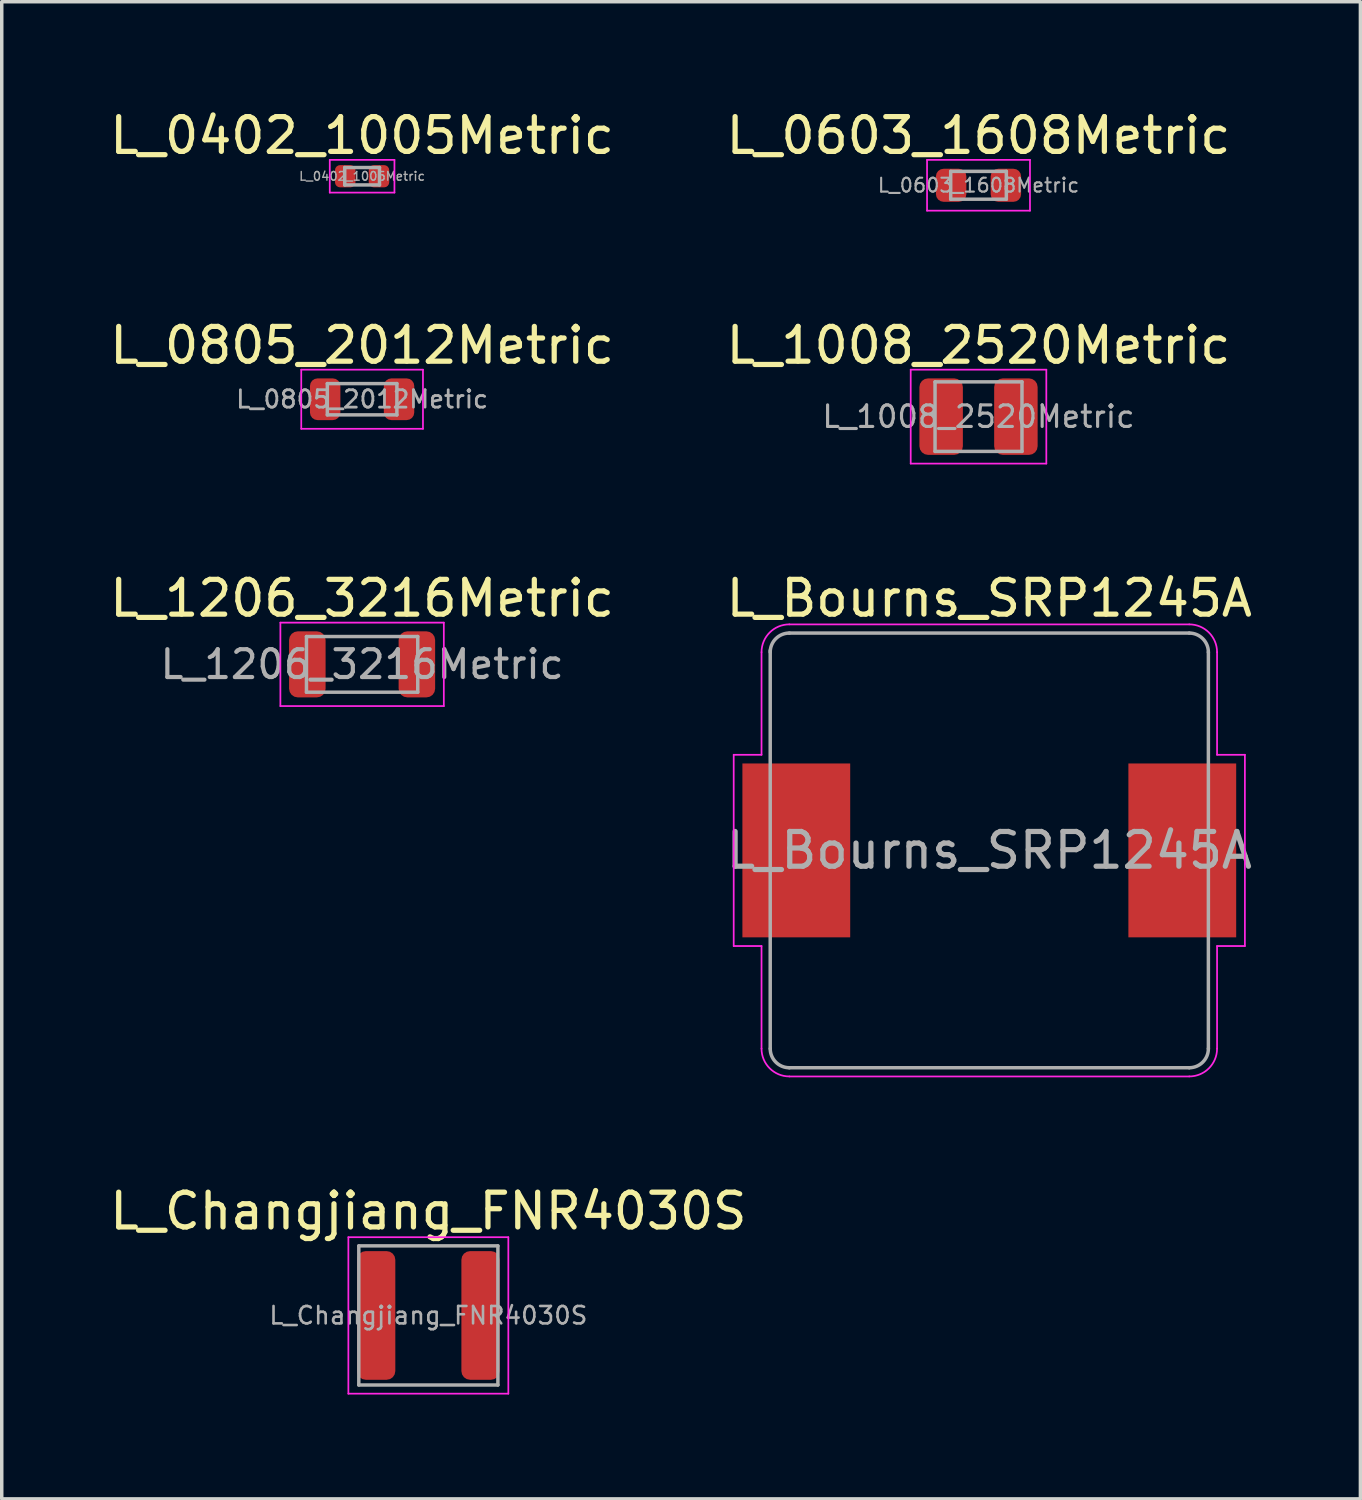
<source format=kicad_pcb>
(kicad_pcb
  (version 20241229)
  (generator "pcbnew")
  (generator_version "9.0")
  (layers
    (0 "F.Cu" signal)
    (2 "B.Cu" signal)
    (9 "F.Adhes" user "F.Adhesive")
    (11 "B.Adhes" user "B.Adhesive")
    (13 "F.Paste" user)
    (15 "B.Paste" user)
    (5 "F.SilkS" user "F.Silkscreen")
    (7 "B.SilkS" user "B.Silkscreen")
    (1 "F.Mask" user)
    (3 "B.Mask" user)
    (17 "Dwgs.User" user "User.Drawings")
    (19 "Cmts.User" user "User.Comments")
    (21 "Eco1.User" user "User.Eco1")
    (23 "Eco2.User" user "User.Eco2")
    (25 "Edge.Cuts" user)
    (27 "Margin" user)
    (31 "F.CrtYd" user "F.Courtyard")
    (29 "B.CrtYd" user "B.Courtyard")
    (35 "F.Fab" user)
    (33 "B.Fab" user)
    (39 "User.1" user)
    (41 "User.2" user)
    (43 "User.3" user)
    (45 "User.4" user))
  (footprint "L_0603_1608Metric"
    (layer "F.Cu")
    (at 25.089 2.278)
    (property "Reference" "L_0603_1608Metric" (at 0 -1.43 0) (layer "F.SilkS") (effects (font (size 1 1) (thickness 0.15))))
    (attr smd)
    (fp_line (start -1.48 -0.73) (end 1.48 -0.73) (stroke (width 0.05) (type solid)) (layer "F.CrtYd"))
    (fp_line (start -1.48 0.73) (end -1.48 -0.73) (stroke (width 0.05) (type solid)) (layer "F.CrtYd"))
    (fp_line (start 1.48 -0.73) (end 1.48 0.73) (stroke (width 0.05) (type solid)) (layer "F.CrtYd"))
    (fp_line (start 1.48 0.73) (end -1.48 0.73) (stroke (width 0.05) (type solid)) (layer "F.CrtYd"))
    (fp_line (start -0.8 -0.4) (end 0.8 -0.4) (stroke (width 0.1) (type solid)) (layer "F.Fab"))
    (fp_line (start -0.8 0.4) (end -0.8 -0.4) (stroke (width 0.1) (type solid)) (layer "F.Fab"))
    (fp_line (start 0.8 -0.4) (end 0.8 0.4) (stroke (width 0.1) (type solid)) (layer "F.Fab"))
    (fp_line (start 0.8 0.4) (end -0.8 0.4) (stroke (width 0.1) (type solid)) (layer "F.Fab"))
    (fp_text user "${REFERENCE}" (at 0 0 0) (layer "F.Fab") (effects (font (size 0.4 0.4) (thickness 0.06))))
    (pad "1" smd roundrect (at -0.787 0) (size 0.875 0.95) (layers "F.Cu" "F.Mask" "F.Paste") (roundrect_rratio 0.25))
    (pad "2" smd roundrect (at 0.787 0) (size 0.875 0.95) (layers "F.Cu" "F.Mask" "F.Paste") (roundrect_rratio 0.25)))
  (footprint "L_0402_1005Metric"
    (layer "F.Cu")
    (at 7.363 2.018)
    (property "Reference" "L_0402_1005Metric" (at 0 -1.17 0) (layer "F.SilkS") (effects (font (size 1 1) (thickness 0.15))))
    (attr smd)
    (fp_line (start -0.93 -0.47) (end 0.93 -0.47) (stroke (width 0.05) (type solid)) (layer "F.CrtYd"))
    (fp_line (start -0.93 0.47) (end -0.93 -0.47) (stroke (width 0.05) (type solid)) (layer "F.CrtYd"))
    (fp_line (start 0.93 -0.47) (end 0.93 0.47) (stroke (width 0.05) (type solid)) (layer "F.CrtYd"))
    (fp_line (start 0.93 0.47) (end -0.93 0.47) (stroke (width 0.05) (type solid)) (layer "F.CrtYd"))
    (fp_line (start -0.5 -0.25) (end 0.5 -0.25) (stroke (width 0.1) (type solid)) (layer "F.Fab"))
    (fp_line (start -0.5 0.25) (end -0.5 -0.25) (stroke (width 0.1) (type solid)) (layer "F.Fab"))
    (fp_line (start 0.5 -0.25) (end 0.5 0.25) (stroke (width 0.1) (type solid)) (layer "F.Fab"))
    (fp_line (start 0.5 0.25) (end -0.5 0.25) (stroke (width 0.1) (type solid)) (layer "F.Fab"))
    (fp_text user "${REFERENCE}" (at 0 0 0) (layer "F.Fab") (effects (font (size 0.25 0.25) (thickness 0.04))))
    (pad "1" smd roundrect (at -0.485 0) (size 0.59 0.64) (layers "F.Cu" "F.Mask" "F.Paste") (roundrect_rratio 0.25))
    (pad "2" smd roundrect (at 0.485 0) (size 0.59 0.64) (layers "F.Cu" "F.Mask" "F.Paste") (roundrect_rratio 0.25))
    (zone (net_name "") (layer "F.Cu") (hatch edge 0.5) (connect_pads) (min_thickness 0.25) (filled_areas_thickness no) (keepout (tracks allowed) (vias allowed) (pads allowed) (copperpour not_allowed) (footprints allowed)) (placement (enabled no)) (fill) (polygon (pts (xy 6.438 2.493) (xy 8.288 2.493) (xy 8.288 1.543) (xy 6.438 1.543)))))
  (footprint "L_1206_3216Metric"
    (layer "F.Cu")
    (at 7.363 16.055)
    (property "Reference" "L_1206_3216Metric" (at 0 -1.9 0) (layer "F.SilkS") (effects (font (size 1 1) (thickness 0.15))))
    (attr smd)
    (fp_line (start -2.35 -1.2) (end 2.35 -1.2) (stroke (width 0.05) (type solid)) (layer "F.CrtYd"))
    (fp_line (start -2.35 1.2) (end -2.35 -1.2) (stroke (width 0.05) (type solid)) (layer "F.CrtYd"))
    (fp_line (start 2.35 -1.2) (end 2.35 1.2) (stroke (width 0.05) (type solid)) (layer "F.CrtYd"))
    (fp_line (start 2.35 1.2) (end -2.35 1.2) (stroke (width 0.05) (type solid)) (layer "F.CrtYd"))
    (fp_line (start -1.6 -0.8) (end 1.6 -0.8) (stroke (width 0.1) (type solid)) (layer "F.Fab"))
    (fp_line (start -1.6 0.8) (end -1.6 -0.8) (stroke (width 0.1) (type solid)) (layer "F.Fab"))
    (fp_line (start 1.6 -0.8) (end 1.6 0.8) (stroke (width 0.1) (type solid)) (layer "F.Fab"))
    (fp_line (start 1.6 0.8) (end -1.6 0.8) (stroke (width 0.1) (type solid)) (layer "F.Fab"))
    (fp_text user "${REFERENCE}" (at 0 0 0) (layer "F.Fab") (effects (font (size 0.8 0.8) (thickness 0.12))))
    (pad "1" smd roundrect (at -1.575 0) (size 1.05 1.9) (layers "F.Cu" "F.Mask" "F.Paste") (roundrect_rratio 0.238))
    (pad "2" smd roundrect (at 1.575 0) (size 1.05 1.9) (layers "F.Cu" "F.Mask" "F.Paste") (roundrect_rratio 0.238)))
  (footprint "L_Changjiang_FNR4030S"
    (layer "F.Cu")
    (at 9.268 34.778)
    (property "Reference" "L_Changjiang_FNR4030S" (at 0 -3 0) (layer "F.SilkS") (effects (font (size 1 1) (thickness 0.15))))
    (attr smd)
    (fp_line (start -2.3 -2.25) (end -2.3 2.25) (stroke (width 0.05) (type solid)) (layer "F.CrtYd"))
    (fp_line (start -2.3 2.25) (end 2.3 2.25) (stroke (width 0.05) (type solid)) (layer "F.CrtYd"))
    (fp_line (start 2.3 -2.25) (end -2.3 -2.25) (stroke (width 0.05) (type solid)) (layer "F.CrtYd"))
    (fp_line (start 2.3 2.25) (end 2.3 -2.25) (stroke (width 0.05) (type solid)) (layer "F.CrtYd"))
    (fp_line (start -2 -2) (end -2 2) (stroke (width 0.1) (type solid)) (layer "F.Fab"))
    (fp_line (start -2 2) (end 2 2) (stroke (width 0.1) (type solid)) (layer "F.Fab"))
    (fp_line (start 2 -2) (end -2 -2) (stroke (width 0.1) (type solid)) (layer "F.Fab"))
    (fp_line (start 2 2) (end 2 -2) (stroke (width 0.1) (type solid)) (layer "F.Fab"))
    (fp_text user "${REFERENCE}" (at 0 0 0) (layer "F.Fab") (effects (font (size 0.5 0.5) (thickness 0.075))))
    (pad "1" smd roundrect (at -1.5 0) (size 1.1 3.7) (layers "F.Cu" "F.Mask" "F.Paste") (roundrect_rratio 0.227))
    (pad "2" smd roundrect (at 1.5 0) (size 1.1 3.7) (layers "F.Cu" "F.Mask" "F.Paste") (roundrect_rratio 0.227)))
  (footprint "L_Bourns_SRP1245A"
    (layer "F.Cu")
    (at 25.399 21.405)
    (property "Reference" "L_Bourns_SRP1245A" (at 0 -7.25 0) (layer "F.SilkS") (effects (font (size 1 1) (thickness 0.15))))
    (attr smd)
    (fp_line (start -7.35 -2.75) (end -6.55 -2.75) (stroke (width 0.05) (type solid)) (layer "F.CrtYd"))
    (fp_line (start -7.35 2.75) (end -7.35 -2.75) (stroke (width 0.05) (type solid)) (layer "F.CrtYd"))
    (fp_line (start -7.35 2.75) (end -6.55 2.75) (stroke (width 0.05) (type solid)) (layer "F.CrtYd"))
    (fp_line (start -6.55 -2.75) (end -6.55 -5.7) (stroke (width 0.05) (type solid)) (layer "F.CrtYd"))
    (fp_line (start -6.55 5.7) (end -6.55 2.75) (stroke (width 0.05) (type solid)) (layer "F.CrtYd"))
    (fp_line (start -5.75 -6.5) (end 5.75 -6.5) (stroke (width 0.05) (type solid)) (layer "F.CrtYd"))
    (fp_line (start 5.75 6.5) (end -5.75 6.5) (stroke (width 0.05) (type solid)) (layer "F.CrtYd"))
    (fp_line (start 6.55 -5.7) (end 6.55 -2.75) (stroke (width 0.05) (type solid)) (layer "F.CrtYd"))
    (fp_line (start 6.55 2.75) (end 6.55 5.7) (stroke (width 0.05) (type solid)) (layer "F.CrtYd"))
    (fp_line (start 7.35 -2.75) (end 6.55 -2.75) (stroke (width 0.05) (type solid)) (layer "F.CrtYd"))
    (fp_line (start 7.35 -2.75) (end 7.35 2.75) (stroke (width 0.05) (type solid)) (layer "F.CrtYd"))
    (fp_line (start 7.35 2.75) (end 6.55 2.75) (stroke (width 0.05) (type solid)) (layer "F.CrtYd"))
    (fp_arc (start -6.55 -5.7) (mid -6.315685 -6.265685) (end -5.75 -6.5) (stroke (width 0.05) (type solid)) (layer "F.CrtYd"))
    (fp_arc (start -5.75 6.5) (mid -6.315685 6.265685) (end -6.55 5.7) (stroke (width 0.05) (type solid)) (layer "F.CrtYd"))
    (fp_arc (start 5.75 -6.5) (mid 6.315685 -6.265685) (end 6.55 -5.7) (stroke (width 0.05) (type solid)) (layer "F.CrtYd"))
    (fp_arc (start 6.55 5.7) (mid 6.315685 6.265685) (end 5.75 6.5) (stroke (width 0.05) (type solid)) (layer "F.CrtYd"))
    (fp_line (start -6.3 -5.75) (end -6.3 5.7) (stroke (width 0.1) (type solid)) (layer "F.Fab"))
    (fp_line (start -5.75 -6.25) (end 5.75 -6.25) (stroke (width 0.1) (type solid)) (layer "F.Fab"))
    (fp_line (start 5.75 6.25) (end -5.75 6.25) (stroke (width 0.1) (type solid)) (layer "F.Fab"))
    (fp_line (start 6.3 -5.7) (end 6.3 5.7) (stroke (width 0.1) (type solid)) (layer "F.Fab"))
    (fp_arc (start -6.3 -5.7) (mid -6.138909 -6.088909) (end -5.75 -6.25) (stroke (width 0.1) (type solid)) (layer "F.Fab"))
    (fp_arc (start -5.75 6.25) (mid -6.138909 6.088909) (end -6.3 5.7) (stroke (width 0.1) (type solid)) (layer "F.Fab"))
    (fp_arc (start 5.75 -6.25) (mid 6.138909 -6.088909) (end 6.3 -5.7) (stroke (width 0.1) (type solid)) (layer "F.Fab"))
    (fp_arc (start 6.3 5.7) (mid 6.138909 6.088909) (end 5.75 6.25) (stroke (width 0.1) (type solid)) (layer "F.Fab"))
    (fp_text user "${REFERENCE}" (at 0 0 0) (layer "F.Fab") (effects (font (size 1 1) (thickness 0.15))))
    (pad "1" smd rect (at -5.55 0) (size 3.1 5) (layers "F.Cu" "F.Mask" "F.Paste"))
    (pad "2" smd rect (at 5.55 0) (size 3.1 5) (layers "F.Cu" "F.Mask" "F.Paste")))
  (footprint "L_0805_2012Metric"
    (layer "F.Cu")
    (at 7.363 8.431)
    (property "Reference" "L_0805_2012Metric" (at 0 -1.55 0) (layer "F.SilkS") (effects (font (size 1 1) (thickness 0.15))))
    (attr smd)
    (fp_line (start -1.75 -0.85) (end 1.75 -0.85) (stroke (width 0.05) (type solid)) (layer "F.CrtYd"))
    (fp_line (start -1.75 0.85) (end -1.75 -0.85) (stroke (width 0.05) (type solid)) (layer "F.CrtYd"))
    (fp_line (start 1.75 -0.85) (end 1.75 0.85) (stroke (width 0.05) (type solid)) (layer "F.CrtYd"))
    (fp_line (start 1.75 0.85) (end -1.75 0.85) (stroke (width 0.05) (type solid)) (layer "F.CrtYd"))
    (fp_line (start -1 -0.45) (end 1 -0.45) (stroke (width 0.1) (type solid)) (layer "F.Fab"))
    (fp_line (start -1 0.45) (end -1 -0.45) (stroke (width 0.1) (type solid)) (layer "F.Fab"))
    (fp_line (start 1 -0.45) (end 1 0.45) (stroke (width 0.1) (type solid)) (layer "F.Fab"))
    (fp_line (start 1 0.45) (end -1 0.45) (stroke (width 0.1) (type solid)) (layer "F.Fab"))
    (fp_text user "${REFERENCE}" (at 0 0 0) (layer "F.Fab") (effects (font (size 0.5 0.5) (thickness 0.08))))
    (pad "1" smd roundrect (at -1.062 0) (size 0.875 1.2) (layers "F.Cu" "F.Mask" "F.Paste") (roundrect_rratio 0.25))
    (pad "2" smd roundrect (at 1.062 0) (size 0.875 1.2) (layers "F.Cu" "F.Mask" "F.Paste") (roundrect_rratio 0.25)))
  (footprint "L_1008_2520Metric"
    (layer "F.Cu")
    (at 25.089 8.931)
    (property "Reference" "L_1008_2520Metric" (at 0 -2.05 0) (layer "F.SilkS") (effects (font (size 1 1) (thickness 0.15))))
    (attr smd)
    (fp_line (start -1.95 -1.35) (end 1.95 -1.35) (stroke (width 0.05) (type solid)) (layer "F.CrtYd"))
    (fp_line (start -1.95 1.35) (end -1.95 -1.35) (stroke (width 0.05) (type solid)) (layer "F.CrtYd"))
    (fp_line (start 1.95 -1.35) (end 1.95 1.35) (stroke (width 0.05) (type solid)) (layer "F.CrtYd"))
    (fp_line (start 1.95 1.35) (end -1.95 1.35) (stroke (width 0.05) (type solid)) (layer "F.CrtYd"))
    (fp_line (start -1.25 -1) (end 1.25 -1) (stroke (width 0.1) (type solid)) (layer "F.Fab"))
    (fp_line (start -1.25 1) (end -1.25 -1) (stroke (width 0.1) (type solid)) (layer "F.Fab"))
    (fp_line (start 1.25 -1) (end 1.25 1) (stroke (width 0.1) (type solid)) (layer "F.Fab"))
    (fp_line (start 1.25 1) (end -1.25 1) (stroke (width 0.1) (type solid)) (layer "F.Fab"))
    (fp_text user "${REFERENCE}" (at 0 0 0) (layer "F.Fab") (effects (font (size 0.62 0.62) (thickness 0.09))))
    (pad "1" smd roundrect (at -1.075 0) (size 1.25 2.2) (layers "F.Cu" "F.Mask" "F.Paste") (roundrect_rratio 0.2))
    (pad "2" smd roundrect (at 1.075 0) (size 1.25 2.2) (layers "F.Cu" "F.Mask" "F.Paste") (roundrect_rratio 0.2)))
  (gr_rect
    (start -3 -3)
    (end 36.071 40.053)
    (stroke (width 0.1) (type default))
    (fill no)
    (layer "Edge.Cuts")))
</source>
